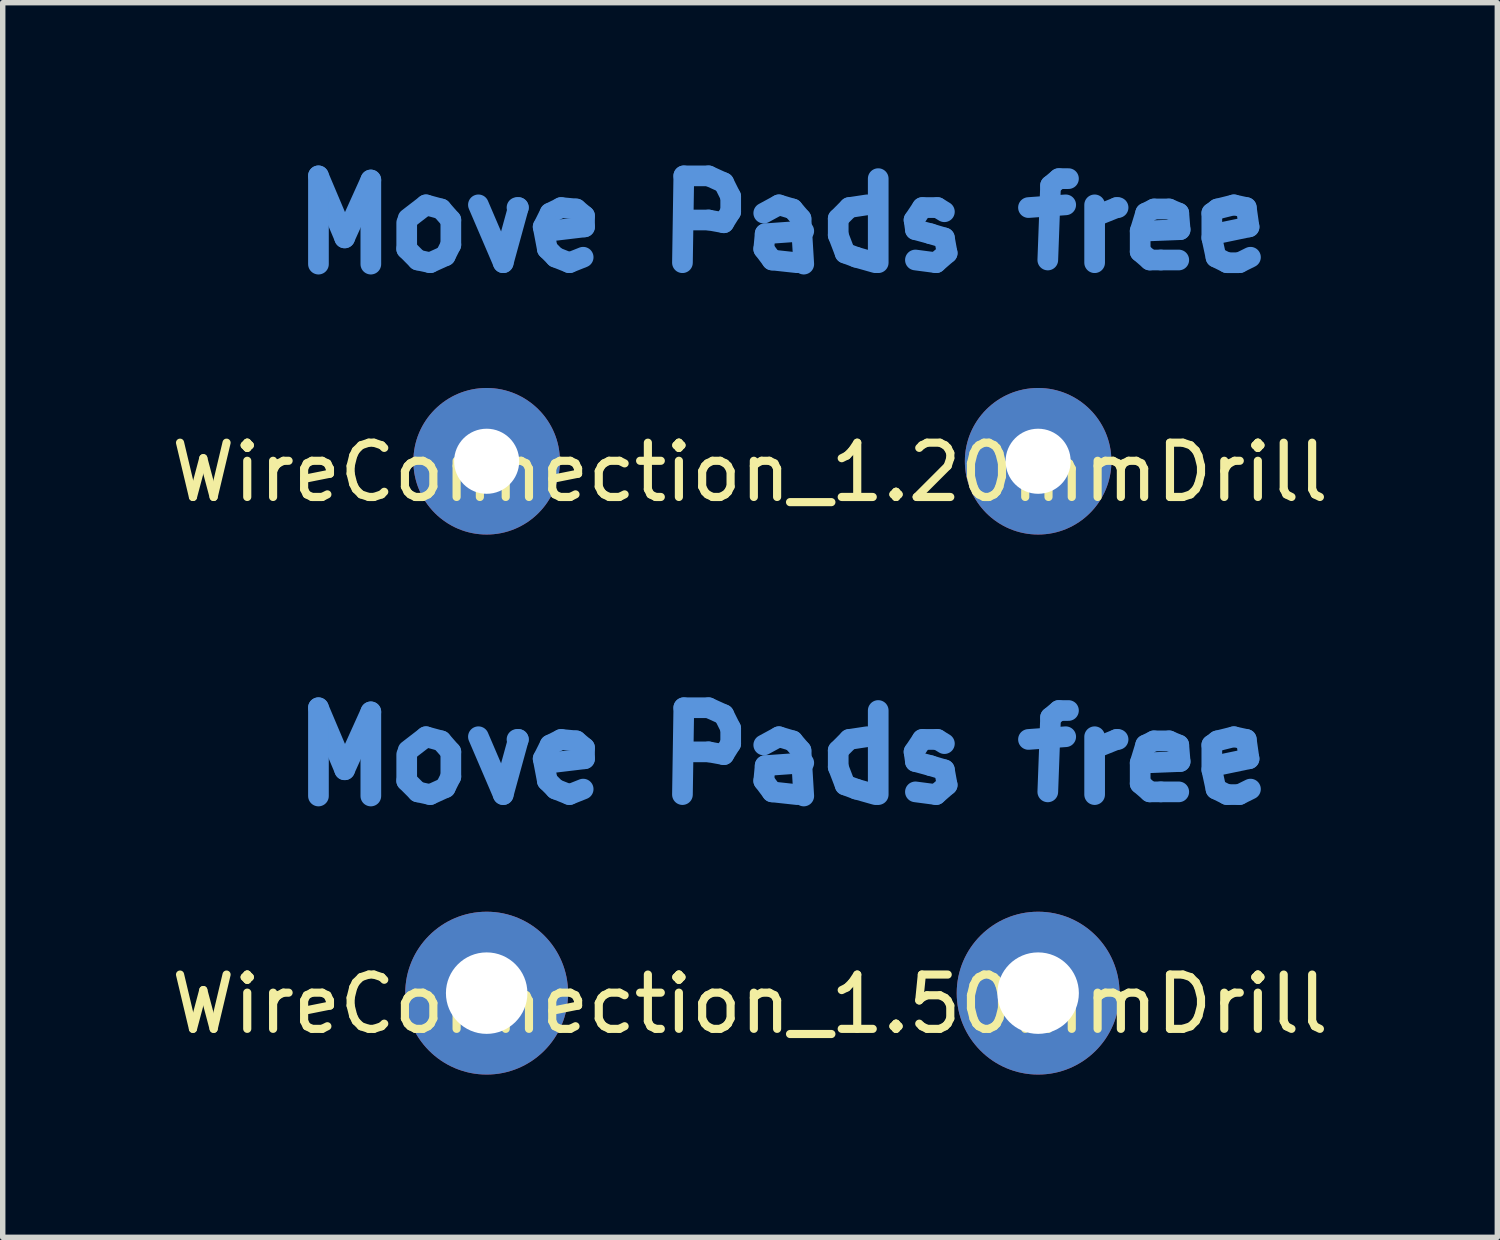
<source format=kicad_pcb>
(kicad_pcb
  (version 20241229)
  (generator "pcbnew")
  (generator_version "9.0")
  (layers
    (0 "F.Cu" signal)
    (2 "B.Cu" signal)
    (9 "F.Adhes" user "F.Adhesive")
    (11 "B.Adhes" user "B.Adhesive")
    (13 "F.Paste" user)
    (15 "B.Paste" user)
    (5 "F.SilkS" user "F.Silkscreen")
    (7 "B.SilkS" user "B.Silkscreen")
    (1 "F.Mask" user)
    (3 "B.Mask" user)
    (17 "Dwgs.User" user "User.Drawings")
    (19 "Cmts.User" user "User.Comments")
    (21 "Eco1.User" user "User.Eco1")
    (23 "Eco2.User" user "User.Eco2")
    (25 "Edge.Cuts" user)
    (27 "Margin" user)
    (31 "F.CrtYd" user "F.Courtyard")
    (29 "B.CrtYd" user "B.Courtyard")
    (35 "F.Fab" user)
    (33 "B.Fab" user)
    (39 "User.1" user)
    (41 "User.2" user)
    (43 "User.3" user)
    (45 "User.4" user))
  (footprint "WireConnection_1.50mmDrill"
    (layer "F.Cu")
    (at 5.916 15.247)
    (property "Reference" "WireConnection_1.50mmDrill" (at 4.851 0.203 0) (layer "F.SilkS") (effects (font (size 1 1) (thickness 0.15))))
    (attr through_hole)
    (fp_line (start -3.099 -5.258) (end -2.616 -4.115) (stroke (width 0.381) (type solid)) (layer "Cmts.User"))
    (fp_line (start -3.099 -3.632) (end -3.099 -5.258) (stroke (width 0.381) (type solid)) (layer "Cmts.User"))
    (fp_line (start -2.616 -4.115) (end -2.134 -5.182) (stroke (width 0.381) (type solid)) (layer "Cmts.User"))
    (fp_line (start -2.134 -5.182) (end -2.134 -3.632) (stroke (width 0.381) (type solid)) (layer "Cmts.User"))
    (fp_line (start -1.473 -4.394) (end -1.473 -3.912) (stroke (width 0.381) (type solid)) (layer "Cmts.User"))
    (fp_line (start -1.473 -3.912) (end -1.27 -3.708) (stroke (width 0.381) (type solid)) (layer "Cmts.User"))
    (fp_line (start -1.27 -3.708) (end -1.041 -3.658) (stroke (width 0.381) (type solid)) (layer "Cmts.User"))
    (fp_line (start -1.118 -4.724) (end -1.448 -4.47) (stroke (width 0.381) (type solid)) (layer "Cmts.User"))
    (fp_line (start -1.041 -3.658) (end -0.762 -3.785) (stroke (width 0.381) (type solid)) (layer "Cmts.User"))
    (fp_line (start -0.838 -4.648) (end -1.118 -4.724) (stroke (width 0.381) (type solid)) (layer "Cmts.User"))
    (fp_line (start -0.762 -3.785) (end -0.66 -3.988) (stroke (width 0.381) (type solid)) (layer "Cmts.User"))
    (fp_line (start -0.66 -4.445) (end -0.838 -4.648) (stroke (width 0.381) (type solid)) (layer "Cmts.User"))
    (fp_line (start -0.66 -3.988) (end -0.66 -4.445) (stroke (width 0.381) (type solid)) (layer "Cmts.User"))
    (fp_line (start -0.152 -4.724) (end 0.305 -3.658) (stroke (width 0.381) (type solid)) (layer "Cmts.User"))
    (fp_line (start 0.305 -3.658) (end 0.584 -4.674) (stroke (width 0.381) (type solid)) (layer "Cmts.User"))
    (fp_line (start 0.584 -4.674) (end 0.559 -4.674) (stroke (width 0.381) (type solid)) (layer "Cmts.User"))
    (fp_line (start 1.041 -4.318) (end 1.168 -4.572) (stroke (width 0.381) (type solid)) (layer "Cmts.User"))
    (fp_line (start 1.118 -3.912) (end 1.041 -4.318) (stroke (width 0.381) (type solid)) (layer "Cmts.User"))
    (fp_line (start 1.168 -4.572) (end 1.372 -4.674) (stroke (width 0.381) (type solid)) (layer "Cmts.User"))
    (fp_line (start 1.27 -3.759) (end 1.118 -3.912) (stroke (width 0.381) (type solid)) (layer "Cmts.User"))
    (fp_line (start 1.372 -4.674) (end 1.651 -4.648) (stroke (width 0.381) (type solid)) (layer "Cmts.User"))
    (fp_line (start 1.524 -3.658) (end 1.27 -3.759) (stroke (width 0.381) (type solid)) (layer "Cmts.User"))
    (fp_line (start 1.651 -4.648) (end 1.803 -4.521) (stroke (width 0.381) (type solid)) (layer "Cmts.User"))
    (fp_line (start 1.778 -3.759) (end 1.524 -3.658) (stroke (width 0.381) (type solid)) (layer "Cmts.User"))
    (fp_line (start 1.803 -4.521) (end 1.803 -4.318) (stroke (width 0.381) (type solid)) (layer "Cmts.User"))
    (fp_line (start 1.803 -4.318) (end 1.168 -4.242) (stroke (width 0.381) (type solid)) (layer "Cmts.User"))
    (fp_line (start 3.607 -3.658) (end 3.632 -5.258) (stroke (width 0.381) (type solid)) (layer "Cmts.User"))
    (fp_line (start 3.632 -5.258) (end 4.089 -5.258) (stroke (width 0.381) (type solid)) (layer "Cmts.User"))
    (fp_line (start 4.089 -5.258) (end 4.369 -5.131) (stroke (width 0.381) (type solid)) (layer "Cmts.User"))
    (fp_line (start 4.089 -4.445) (end 3.632 -4.445) (stroke (width 0.381) (type solid)) (layer "Cmts.User"))
    (fp_line (start 4.369 -5.131) (end 4.496 -4.877) (stroke (width 0.381) (type solid)) (layer "Cmts.User"))
    (fp_line (start 4.369 -4.394) (end 4.089 -4.445) (stroke (width 0.381) (type solid)) (layer "Cmts.User"))
    (fp_line (start 4.496 -4.877) (end 4.496 -4.597) (stroke (width 0.381) (type solid)) (layer "Cmts.User"))
    (fp_line (start 4.496 -4.597) (end 4.369 -4.394) (stroke (width 0.381) (type solid)) (layer "Cmts.User"))
    (fp_line (start 5.105 -4.572) (end 5.385 -4.724) (stroke (width 0.381) (type solid)) (layer "Cmts.User"))
    (fp_line (start 5.105 -3.912) (end 5.131 -4.191) (stroke (width 0.381) (type solid)) (layer "Cmts.User"))
    (fp_line (start 5.131 -4.191) (end 5.842 -4.242) (stroke (width 0.381) (type solid)) (layer "Cmts.User"))
    (fp_line (start 5.258 -3.708) (end 5.105 -3.912) (stroke (width 0.381) (type solid)) (layer "Cmts.User"))
    (fp_line (start 5.385 -4.724) (end 5.639 -4.648) (stroke (width 0.381) (type solid)) (layer "Cmts.User"))
    (fp_line (start 5.639 -4.648) (end 5.791 -4.47) (stroke (width 0.381) (type solid)) (layer "Cmts.User"))
    (fp_line (start 5.715 -3.658) (end 5.258 -3.708) (stroke (width 0.381) (type solid)) (layer "Cmts.User"))
    (fp_line (start 5.791 -4.47) (end 5.842 -3.632) (stroke (width 0.381) (type solid)) (layer "Cmts.User"))
    (fp_line (start 6.477 -4.47) (end 6.68 -4.674) (stroke (width 0.381) (type solid)) (layer "Cmts.User"))
    (fp_line (start 6.477 -4.166) (end 6.477 -4.47) (stroke (width 0.381) (type solid)) (layer "Cmts.User"))
    (fp_line (start 6.604 -3.835) (end 6.477 -4.166) (stroke (width 0.381) (type solid)) (layer "Cmts.User"))
    (fp_line (start 6.68 -4.674) (end 7.01 -4.724) (stroke (width 0.381) (type solid)) (layer "Cmts.User"))
    (fp_line (start 6.807 -3.759) (end 6.604 -3.835) (stroke (width 0.381) (type solid)) (layer "Cmts.User"))
    (fp_line (start 7.163 -3.658) (end 6.807 -3.759) (stroke (width 0.381) (type solid)) (layer "Cmts.User"))
    (fp_line (start 7.214 -5.207) (end 7.214 -3.658) (stroke (width 0.381) (type solid)) (layer "Cmts.User"))
    (fp_line (start 7.874 -4.445) (end 7.899 -4.267) (stroke (width 0.381) (type solid)) (layer "Cmts.User"))
    (fp_line (start 7.899 -4.267) (end 8.179 -4.191) (stroke (width 0.381) (type solid)) (layer "Cmts.User"))
    (fp_line (start 8.026 -4.674) (end 7.874 -4.445) (stroke (width 0.381) (type solid)) (layer "Cmts.User"))
    (fp_line (start 8.179 -4.191) (end 8.433 -4.115) (stroke (width 0.381) (type solid)) (layer "Cmts.User"))
    (fp_line (start 8.28 -3.658) (end 7.899 -3.708) (stroke (width 0.381) (type solid)) (layer "Cmts.User"))
    (fp_line (start 8.306 -4.674) (end 8.026 -4.674) (stroke (width 0.381) (type solid)) (layer "Cmts.User"))
    (fp_line (start 8.433 -4.597) (end 8.306 -4.674) (stroke (width 0.381) (type solid)) (layer "Cmts.User"))
    (fp_line (start 8.433 -4.115) (end 8.484 -3.835) (stroke (width 0.381) (type solid)) (layer "Cmts.User"))
    (fp_line (start 8.484 -3.835) (end 8.28 -3.658) (stroke (width 0.381) (type solid)) (layer "Cmts.User"))
    (fp_line (start 9.982 -4.674) (end 10.668 -4.724) (stroke (width 0.381) (type solid)) (layer "Cmts.User"))
    (fp_line (start 10.389 -5.08) (end 10.338 -3.708) (stroke (width 0.381) (type solid)) (layer "Cmts.User"))
    (fp_line (start 10.541 -5.207) (end 10.389 -5.08) (stroke (width 0.381) (type solid)) (layer "Cmts.User"))
    (fp_line (start 10.719 -5.207) (end 10.541 -5.207) (stroke (width 0.381) (type solid)) (layer "Cmts.User"))
    (fp_line (start 11.201 -4.724) (end 11.201 -3.658) (stroke (width 0.381) (type solid)) (layer "Cmts.User"))
    (fp_line (start 11.227 -4.521) (end 11.608 -4.674) (stroke (width 0.381) (type solid)) (layer "Cmts.User"))
    (fp_line (start 11.608 -4.674) (end 11.633 -4.674) (stroke (width 0.381) (type solid)) (layer "Cmts.User"))
    (fp_line (start 12.04 -4.242) (end 12.141 -4.572) (stroke (width 0.381) (type solid)) (layer "Cmts.User"))
    (fp_line (start 12.04 -3.861) (end 12.04 -4.242) (stroke (width 0.381) (type solid)) (layer "Cmts.User"))
    (fp_line (start 12.141 -4.572) (end 12.294 -4.648) (stroke (width 0.381) (type solid)) (layer "Cmts.User"))
    (fp_line (start 12.217 -3.708) (end 12.04 -3.861) (stroke (width 0.381) (type solid)) (layer "Cmts.User"))
    (fp_line (start 12.294 -4.648) (end 12.573 -4.648) (stroke (width 0.381) (type solid)) (layer "Cmts.User"))
    (fp_line (start 12.421 -3.708) (end 12.217 -3.708) (stroke (width 0.381) (type solid)) (layer "Cmts.User"))
    (fp_line (start 12.573 -4.648) (end 12.751 -4.572) (stroke (width 0.381) (type solid)) (layer "Cmts.User"))
    (fp_line (start 12.751 -4.572) (end 12.776 -4.267) (stroke (width 0.381) (type solid)) (layer "Cmts.User"))
    (fp_line (start 12.751 -3.708) (end 12.421 -3.708) (stroke (width 0.381) (type solid)) (layer "Cmts.User"))
    (fp_line (start 12.776 -4.267) (end 12.141 -4.242) (stroke (width 0.381) (type solid)) (layer "Cmts.User"))
    (fp_line (start 13.36 -4.572) (end 13.462 -4.648) (stroke (width 0.381) (type solid)) (layer "Cmts.User"))
    (fp_line (start 13.36 -4.115) (end 13.36 -4.572) (stroke (width 0.381) (type solid)) (layer "Cmts.User"))
    (fp_line (start 13.437 -4.191) (end 13.437 -4.242) (stroke (width 0.381) (type solid)) (layer "Cmts.User"))
    (fp_line (start 13.437 -3.759) (end 13.36 -4.115) (stroke (width 0.381) (type solid)) (layer "Cmts.User"))
    (fp_line (start 13.462 -4.648) (end 13.767 -4.724) (stroke (width 0.381) (type solid)) (layer "Cmts.User"))
    (fp_line (start 13.64 -3.658) (end 13.437 -3.759) (stroke (width 0.381) (type solid)) (layer "Cmts.User"))
    (fp_line (start 13.767 -4.724) (end 13.995 -4.674) (stroke (width 0.381) (type solid)) (layer "Cmts.User"))
    (fp_line (start 13.868 -3.658) (end 13.64 -3.658) (stroke (width 0.381) (type solid)) (layer "Cmts.User"))
    (fp_line (start 13.995 -4.674) (end 14.046 -4.318) (stroke (width 0.381) (type solid)) (layer "Cmts.User"))
    (fp_line (start 14.046 -4.318) (end 13.437 -4.191) (stroke (width 0.381) (type solid)) (layer "Cmts.User"))
    (fp_line (start 14.072 -3.759) (end 13.868 -3.658) (stroke (width 0.381) (type solid)) (layer "Cmts.User"))
    (pad "1" thru_hole circle (at 0 0) (size 3 3) (drill 1.501) (layers "*.Cu" "*.Mask"))
    (pad "2" thru_hole circle (at 10.16 0) (size 3 3) (drill 1.501) (layers "*.Cu" "*.Mask")))
  (footprint "WireConnection_1.20mmDrill"
    (layer "F.Cu")
    (at 5.916 5.448)
    (property "Reference" "WireConnection_1.20mmDrill" (at 4.851 0.203 0) (layer "F.SilkS") (effects (font (size 1 1) (thickness 0.15))))
    (attr through_hole)
    (fp_line (start -3.099 -5.258) (end -2.616 -4.115) (stroke (width 0.381) (type solid)) (layer "Cmts.User"))
    (fp_line (start -3.099 -3.632) (end -3.099 -5.258) (stroke (width 0.381) (type solid)) (layer "Cmts.User"))
    (fp_line (start -2.616 -4.115) (end -2.134 -5.182) (stroke (width 0.381) (type solid)) (layer "Cmts.User"))
    (fp_line (start -2.134 -5.182) (end -2.134 -3.632) (stroke (width 0.381) (type solid)) (layer "Cmts.User"))
    (fp_line (start -1.473 -4.394) (end -1.473 -3.912) (stroke (width 0.381) (type solid)) (layer "Cmts.User"))
    (fp_line (start -1.473 -3.912) (end -1.27 -3.708) (stroke (width 0.381) (type solid)) (layer "Cmts.User"))
    (fp_line (start -1.27 -3.708) (end -1.041 -3.658) (stroke (width 0.381) (type solid)) (layer "Cmts.User"))
    (fp_line (start -1.118 -4.724) (end -1.448 -4.47) (stroke (width 0.381) (type solid)) (layer "Cmts.User"))
    (fp_line (start -1.041 -3.658) (end -0.762 -3.785) (stroke (width 0.381) (type solid)) (layer "Cmts.User"))
    (fp_line (start -0.838 -4.648) (end -1.118 -4.724) (stroke (width 0.381) (type solid)) (layer "Cmts.User"))
    (fp_line (start -0.762 -3.785) (end -0.66 -3.988) (stroke (width 0.381) (type solid)) (layer "Cmts.User"))
    (fp_line (start -0.66 -4.445) (end -0.838 -4.648) (stroke (width 0.381) (type solid)) (layer "Cmts.User"))
    (fp_line (start -0.66 -3.988) (end -0.66 -4.445) (stroke (width 0.381) (type solid)) (layer "Cmts.User"))
    (fp_line (start -0.152 -4.724) (end 0.305 -3.658) (stroke (width 0.381) (type solid)) (layer "Cmts.User"))
    (fp_line (start 0.305 -3.658) (end 0.584 -4.674) (stroke (width 0.381) (type solid)) (layer "Cmts.User"))
    (fp_line (start 0.584 -4.674) (end 0.559 -4.674) (stroke (width 0.381) (type solid)) (layer "Cmts.User"))
    (fp_line (start 1.041 -4.318) (end 1.168 -4.572) (stroke (width 0.381) (type solid)) (layer "Cmts.User"))
    (fp_line (start 1.118 -3.912) (end 1.041 -4.318) (stroke (width 0.381) (type solid)) (layer "Cmts.User"))
    (fp_line (start 1.168 -4.572) (end 1.372 -4.674) (stroke (width 0.381) (type solid)) (layer "Cmts.User"))
    (fp_line (start 1.27 -3.759) (end 1.118 -3.912) (stroke (width 0.381) (type solid)) (layer "Cmts.User"))
    (fp_line (start 1.372 -4.674) (end 1.651 -4.648) (stroke (width 0.381) (type solid)) (layer "Cmts.User"))
    (fp_line (start 1.524 -3.658) (end 1.27 -3.759) (stroke (width 0.381) (type solid)) (layer "Cmts.User"))
    (fp_line (start 1.651 -4.648) (end 1.803 -4.521) (stroke (width 0.381) (type solid)) (layer "Cmts.User"))
    (fp_line (start 1.778 -3.759) (end 1.524 -3.658) (stroke (width 0.381) (type solid)) (layer "Cmts.User"))
    (fp_line (start 1.803 -4.521) (end 1.803 -4.318) (stroke (width 0.381) (type solid)) (layer "Cmts.User"))
    (fp_line (start 1.803 -4.318) (end 1.168 -4.242) (stroke (width 0.381) (type solid)) (layer "Cmts.User"))
    (fp_line (start 3.607 -3.658) (end 3.632 -5.258) (stroke (width 0.381) (type solid)) (layer "Cmts.User"))
    (fp_line (start 3.632 -5.258) (end 4.089 -5.258) (stroke (width 0.381) (type solid)) (layer "Cmts.User"))
    (fp_line (start 4.089 -5.258) (end 4.369 -5.131) (stroke (width 0.381) (type solid)) (layer "Cmts.User"))
    (fp_line (start 4.089 -4.445) (end 3.632 -4.445) (stroke (width 0.381) (type solid)) (layer "Cmts.User"))
    (fp_line (start 4.369 -5.131) (end 4.496 -4.877) (stroke (width 0.381) (type solid)) (layer "Cmts.User"))
    (fp_line (start 4.369 -4.394) (end 4.089 -4.445) (stroke (width 0.381) (type solid)) (layer "Cmts.User"))
    (fp_line (start 4.496 -4.877) (end 4.496 -4.597) (stroke (width 0.381) (type solid)) (layer "Cmts.User"))
    (fp_line (start 4.496 -4.597) (end 4.369 -4.394) (stroke (width 0.381) (type solid)) (layer "Cmts.User"))
    (fp_line (start 5.105 -4.572) (end 5.385 -4.724) (stroke (width 0.381) (type solid)) (layer "Cmts.User"))
    (fp_line (start 5.105 -3.912) (end 5.131 -4.191) (stroke (width 0.381) (type solid)) (layer "Cmts.User"))
    (fp_line (start 5.131 -4.191) (end 5.842 -4.242) (stroke (width 0.381) (type solid)) (layer "Cmts.User"))
    (fp_line (start 5.258 -3.708) (end 5.105 -3.912) (stroke (width 0.381) (type solid)) (layer "Cmts.User"))
    (fp_line (start 5.385 -4.724) (end 5.639 -4.648) (stroke (width 0.381) (type solid)) (layer "Cmts.User"))
    (fp_line (start 5.639 -4.648) (end 5.791 -4.47) (stroke (width 0.381) (type solid)) (layer "Cmts.User"))
    (fp_line (start 5.715 -3.658) (end 5.258 -3.708) (stroke (width 0.381) (type solid)) (layer "Cmts.User"))
    (fp_line (start 5.791 -4.47) (end 5.842 -3.632) (stroke (width 0.381) (type solid)) (layer "Cmts.User"))
    (fp_line (start 6.477 -4.47) (end 6.68 -4.674) (stroke (width 0.381) (type solid)) (layer "Cmts.User"))
    (fp_line (start 6.477 -4.166) (end 6.477 -4.47) (stroke (width 0.381) (type solid)) (layer "Cmts.User"))
    (fp_line (start 6.604 -3.835) (end 6.477 -4.166) (stroke (width 0.381) (type solid)) (layer "Cmts.User"))
    (fp_line (start 6.68 -4.674) (end 7.01 -4.724) (stroke (width 0.381) (type solid)) (layer "Cmts.User"))
    (fp_line (start 6.807 -3.759) (end 6.604 -3.835) (stroke (width 0.381) (type solid)) (layer "Cmts.User"))
    (fp_line (start 7.163 -3.658) (end 6.807 -3.759) (stroke (width 0.381) (type solid)) (layer "Cmts.User"))
    (fp_line (start 7.214 -5.207) (end 7.214 -3.658) (stroke (width 0.381) (type solid)) (layer "Cmts.User"))
    (fp_line (start 7.874 -4.445) (end 7.899 -4.267) (stroke (width 0.381) (type solid)) (layer "Cmts.User"))
    (fp_line (start 7.899 -4.267) (end 8.179 -4.191) (stroke (width 0.381) (type solid)) (layer "Cmts.User"))
    (fp_line (start 8.026 -4.674) (end 7.874 -4.445) (stroke (width 0.381) (type solid)) (layer "Cmts.User"))
    (fp_line (start 8.179 -4.191) (end 8.433 -4.115) (stroke (width 0.381) (type solid)) (layer "Cmts.User"))
    (fp_line (start 8.28 -3.658) (end 7.899 -3.708) (stroke (width 0.381) (type solid)) (layer "Cmts.User"))
    (fp_line (start 8.306 -4.674) (end 8.026 -4.674) (stroke (width 0.381) (type solid)) (layer "Cmts.User"))
    (fp_line (start 8.433 -4.597) (end 8.306 -4.674) (stroke (width 0.381) (type solid)) (layer "Cmts.User"))
    (fp_line (start 8.433 -4.115) (end 8.484 -3.835) (stroke (width 0.381) (type solid)) (layer "Cmts.User"))
    (fp_line (start 8.484 -3.835) (end 8.28 -3.658) (stroke (width 0.381) (type solid)) (layer "Cmts.User"))
    (fp_line (start 9.982 -4.674) (end 10.668 -4.724) (stroke (width 0.381) (type solid)) (layer "Cmts.User"))
    (fp_line (start 10.389 -5.08) (end 10.338 -3.708) (stroke (width 0.381) (type solid)) (layer "Cmts.User"))
    (fp_line (start 10.541 -5.207) (end 10.389 -5.08) (stroke (width 0.381) (type solid)) (layer "Cmts.User"))
    (fp_line (start 10.719 -5.207) (end 10.541 -5.207) (stroke (width 0.381) (type solid)) (layer "Cmts.User"))
    (fp_line (start 11.201 -4.724) (end 11.201 -3.658) (stroke (width 0.381) (type solid)) (layer "Cmts.User"))
    (fp_line (start 11.227 -4.521) (end 11.608 -4.674) (stroke (width 0.381) (type solid)) (layer "Cmts.User"))
    (fp_line (start 11.608 -4.674) (end 11.633 -4.674) (stroke (width 0.381) (type solid)) (layer "Cmts.User"))
    (fp_line (start 12.04 -4.242) (end 12.141 -4.572) (stroke (width 0.381) (type solid)) (layer "Cmts.User"))
    (fp_line (start 12.04 -3.861) (end 12.04 -4.242) (stroke (width 0.381) (type solid)) (layer "Cmts.User"))
    (fp_line (start 12.141 -4.572) (end 12.294 -4.648) (stroke (width 0.381) (type solid)) (layer "Cmts.User"))
    (fp_line (start 12.217 -3.708) (end 12.04 -3.861) (stroke (width 0.381) (type solid)) (layer "Cmts.User"))
    (fp_line (start 12.294 -4.648) (end 12.573 -4.648) (stroke (width 0.381) (type solid)) (layer "Cmts.User"))
    (fp_line (start 12.421 -3.708) (end 12.217 -3.708) (stroke (width 0.381) (type solid)) (layer "Cmts.User"))
    (fp_line (start 12.573 -4.648) (end 12.751 -4.572) (stroke (width 0.381) (type solid)) (layer "Cmts.User"))
    (fp_line (start 12.751 -4.572) (end 12.776 -4.267) (stroke (width 0.381) (type solid)) (layer "Cmts.User"))
    (fp_line (start 12.751 -3.708) (end 12.421 -3.708) (stroke (width 0.381) (type solid)) (layer "Cmts.User"))
    (fp_line (start 12.776 -4.267) (end 12.141 -4.242) (stroke (width 0.381) (type solid)) (layer "Cmts.User"))
    (fp_line (start 13.36 -4.572) (end 13.462 -4.648) (stroke (width 0.381) (type solid)) (layer "Cmts.User"))
    (fp_line (start 13.36 -4.115) (end 13.36 -4.572) (stroke (width 0.381) (type solid)) (layer "Cmts.User"))
    (fp_line (start 13.437 -4.191) (end 13.437 -4.242) (stroke (width 0.381) (type solid)) (layer "Cmts.User"))
    (fp_line (start 13.437 -3.759) (end 13.36 -4.115) (stroke (width 0.381) (type solid)) (layer "Cmts.User"))
    (fp_line (start 13.462 -4.648) (end 13.767 -4.724) (stroke (width 0.381) (type solid)) (layer "Cmts.User"))
    (fp_line (start 13.64 -3.658) (end 13.437 -3.759) (stroke (width 0.381) (type solid)) (layer "Cmts.User"))
    (fp_line (start 13.767 -4.724) (end 13.995 -4.674) (stroke (width 0.381) (type solid)) (layer "Cmts.User"))
    (fp_line (start 13.868 -3.658) (end 13.64 -3.658) (stroke (width 0.381) (type solid)) (layer "Cmts.User"))
    (fp_line (start 13.995 -4.674) (end 14.046 -4.318) (stroke (width 0.381) (type solid)) (layer "Cmts.User"))
    (fp_line (start 14.046 -4.318) (end 13.437 -4.191) (stroke (width 0.381) (type solid)) (layer "Cmts.User"))
    (fp_line (start 14.072 -3.759) (end 13.868 -3.658) (stroke (width 0.381) (type solid)) (layer "Cmts.User"))
    (pad "1" thru_hole circle (at 0 0) (size 2.7 2.7) (drill 1.199) (layers "*.Cu" "*.Mask"))
    (pad "2" thru_hole circle (at 10.16 0) (size 2.7 2.7) (drill 1.199) (layers "*.Cu" "*.Mask")))
  (gr_rect
    (start -3 -3)
    (end 24.536 19.746)
    (stroke (width 0.1) (type default))
    (fill no)
    (layer "Edge.Cuts")))
</source>
